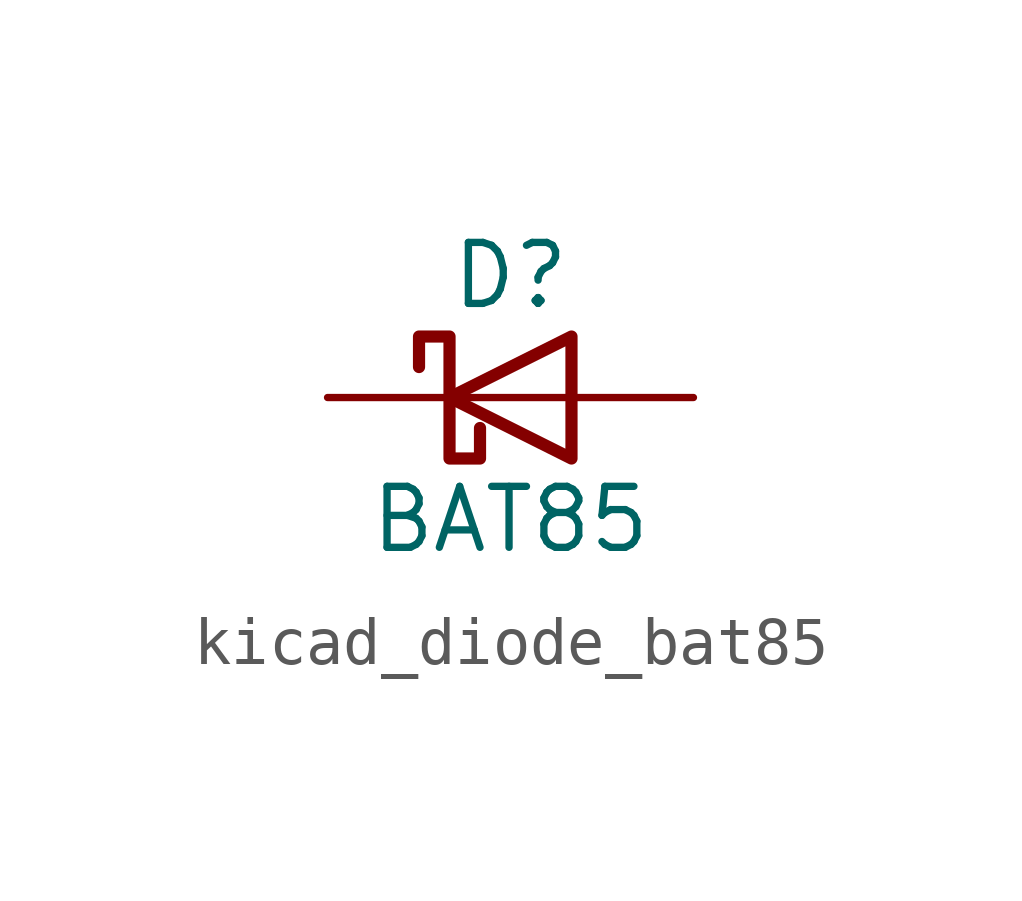
<source format=kicad_sym>
(kicad_symbol_lib
  (version 20220914)
  (generator kicad_symbol_editor)
  (symbol "kicad_diode_bat85"
    (pin_numbers hide)
    (pin_names
      (offset 1.016) hide)
    (property "Reference" "D"
      (at 0 2.54 0)
      (effects (font (size 1.27 1.27))))
    (property "Value" "BAT85"
      (at 0 -2.54 0)
      (effects (font (size 1.27 1.27))))
    (symbol "kicad_diode_bat85_0_1"
      (polyline (pts (xy 1.27 0) (xy -1.27 0)) (stroke (width 0) (type default)) (fill (type none)))
      (polyline (pts (xy 1.27 1.27) (xy 1.27 -1.27) (xy -1.27 0) (xy 1.27 1.27)) (stroke (width 0.254) (type default)) (fill (type none)))
      (polyline (pts (xy -1.905 0.635) (xy -1.905 1.27) (xy -1.27 1.27) (xy -1.27 -1.27) (xy -0.635 -1.27) (xy -0.635 -0.635)) (stroke (width 0.254) (type default)) (fill (type none))))
    (symbol "kicad_diode_bat85_1_1"
      (pin passive line (at -3.81 0 0) (length 2.54) (name "K" (effects (font (size 1.27 1.27)))) (number "1" (effects (font (size 1.27 1.27)))))
      (pin passive line (at 3.81 0 180) (length 2.54) (name "A" (effects (font (size 1.27 1.27)))) (number "2" (effects (font (size 1.27 1.27))))))))
</source>
